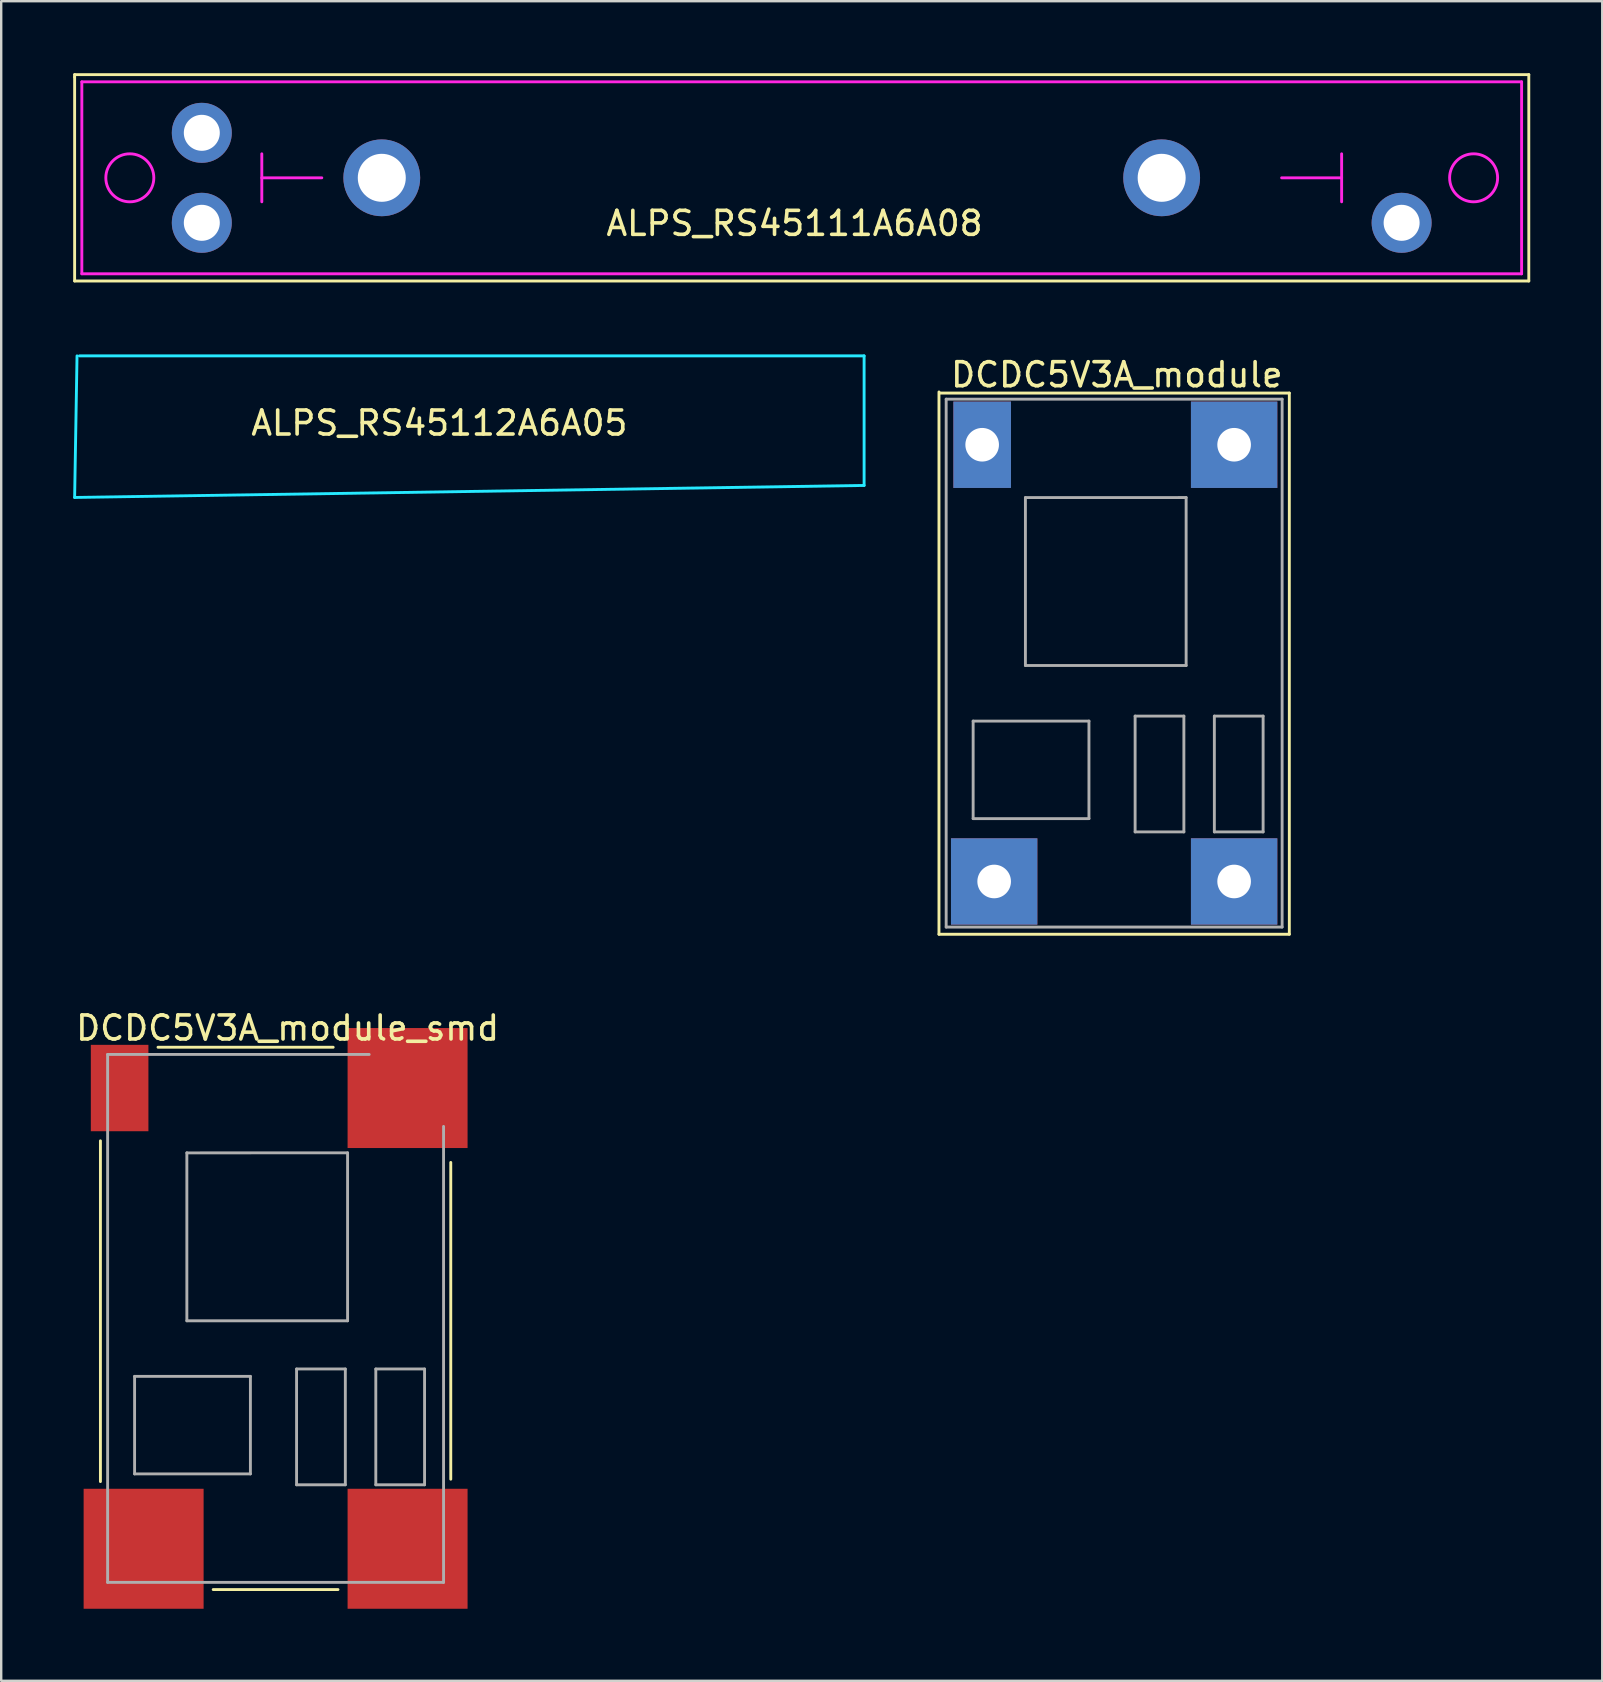
<source format=kicad_pcb>
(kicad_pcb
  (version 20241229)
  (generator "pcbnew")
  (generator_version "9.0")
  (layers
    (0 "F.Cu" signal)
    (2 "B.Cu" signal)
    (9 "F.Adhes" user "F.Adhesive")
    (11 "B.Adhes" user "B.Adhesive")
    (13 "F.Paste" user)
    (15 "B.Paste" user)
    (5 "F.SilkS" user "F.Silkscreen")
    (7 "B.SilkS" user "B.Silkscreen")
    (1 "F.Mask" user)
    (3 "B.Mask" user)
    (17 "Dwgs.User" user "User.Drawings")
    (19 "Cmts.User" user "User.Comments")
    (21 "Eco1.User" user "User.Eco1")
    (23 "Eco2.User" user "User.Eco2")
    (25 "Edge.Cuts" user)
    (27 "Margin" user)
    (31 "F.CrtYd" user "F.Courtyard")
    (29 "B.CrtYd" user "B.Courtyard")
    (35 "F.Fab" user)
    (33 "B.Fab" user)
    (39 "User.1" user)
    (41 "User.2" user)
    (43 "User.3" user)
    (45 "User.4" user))
  (footprint "DCDC5V3A_module"
    (layer "F.Cu")
    (at 36.38 13.584)
    (property "Reference" "DCDC5V3A_module" (at 7.112 -1.016 0) (layer "F.SilkS") (effects (font (size 1 1) (thickness 0.15))))
    (attr through_hole)
    (fp_line (start -0.3 22.3) (end -0.3 -0.3) (stroke (width 0.12) (type solid)) (layer "F.SilkS"))
    (fp_line (start -0.254 -0.254) (end 14.3 -0.254) (stroke (width 0.12) (type solid)) (layer "F.SilkS"))
    (fp_line (start 14.3 -0.254) (end 14.3 22.3) (stroke (width 0.12) (type solid)) (layer "F.SilkS"))
    (fp_line (start 14.3 22.3) (end -0.3 22.3) (stroke (width 0.12) (type solid)) (layer "F.SilkS"))
    (fp_line (start 0 0) (end 14 0) (stroke (width 0.12) (type solid)) (layer "F.Fab"))
    (fp_line (start 0 22) (end 0 0) (stroke (width 0.12) (type solid)) (layer "F.Fab"))
    (fp_line (start 1.124 13.416) (end 1.124 17.48) (stroke (width 0.12) (type solid)) (layer "F.Fab"))
    (fp_line (start 1.124 17.48) (end 5.95 17.48) (stroke (width 0.12) (type solid)) (layer "F.Fab"))
    (fp_line (start 3.302 4.102) (end 10 4.1) (stroke (width 0.12) (type solid)) (layer "F.Fab"))
    (fp_line (start 3.302 11.1) (end 3.302 4.1) (stroke (width 0.12) (type solid)) (layer "F.Fab"))
    (fp_line (start 5.95 13.416) (end 1.124 13.416) (stroke (width 0.12) (type solid)) (layer "F.Fab"))
    (fp_line (start 5.95 17.48) (end 5.95 13.416) (stroke (width 0.12) (type solid)) (layer "F.Fab"))
    (fp_line (start 7.874 13.208) (end 7.874 18.034) (stroke (width 0.12) (type solid)) (layer "F.Fab"))
    (fp_line (start 7.874 18.034) (end 9.906 18.034) (stroke (width 0.12) (type solid)) (layer "F.Fab"))
    (fp_line (start 9.906 13.208) (end 7.874 13.208) (stroke (width 0.12) (type solid)) (layer "F.Fab"))
    (fp_line (start 9.906 18.034) (end 9.906 13.208) (stroke (width 0.12) (type solid)) (layer "F.Fab"))
    (fp_line (start 10 4.1) (end 10 11.1) (stroke (width 0.12) (type solid)) (layer "F.Fab"))
    (fp_line (start 10 11.1) (end 3.302 11.1) (stroke (width 0.12) (type solid)) (layer "F.Fab"))
    (fp_line (start 11.176 13.208) (end 11.176 18.034) (stroke (width 0.12) (type solid)) (layer "F.Fab"))
    (fp_line (start 11.176 18.034) (end 13.208 18.034) (stroke (width 0.12) (type solid)) (layer "F.Fab"))
    (fp_line (start 13.208 13.208) (end 11.176 13.208) (stroke (width 0.12) (type solid)) (layer "F.Fab"))
    (fp_line (start 13.208 18.034) (end 13.208 13.208) (stroke (width 0.12) (type solid)) (layer "F.Fab"))
    (fp_line (start 14 0) (end 14 22) (stroke (width 0.12) (type solid)) (layer "F.Fab"))
    (fp_line (start 14 22) (end 0 22) (stroke (width 0.12) (type solid)) (layer "F.Fab"))
    (pad "1" thru_hole rect (at 12 1.9) (size 3.6 3.6) (drill 1.4) (layers "*.Cu" "*.Mask"))
    (pad "2" thru_hole rect (at 1.5 1.9) (size 2.4 3.6) (drill 1.4) (layers "*.Cu" "*.Mask"))
    (pad "3" thru_hole rect (at 12 20.1) (size 3.6 3.6) (drill 1.4) (layers "*.Cu" "*.Mask"))
    (pad "4" thru_hole rect (at 2 20.1) (size 3.6 3.6) (drill 1.4) (layers "*.Cu" "*.Mask")))
  (footprint "DCDC5V3A_module_smd"
    (layer "F.Cu")
    (at 1.435 40.892)
    (property "Reference" "DCDC5V3A_module_smd" (at 7.5 -1.1 0) (layer "F.SilkS") (effects (font (size 1 1) (thickness 0.15))))
    (attr through_hole)
    (fp_line (start -0.3 17.8) (end -0.3 3.6) (stroke (width 0.12) (type solid)) (layer "F.SilkS"))
    (fp_line (start 2.1 -0.3) (end 9.4 -0.3) (stroke (width 0.12) (type solid)) (layer "F.SilkS"))
    (fp_line (start 9.6 22.3) (end 4.4 22.3) (stroke (width 0.12) (type solid)) (layer "F.SilkS"))
    (fp_line (start 14.3 4.5) (end 14.3 17.7) (stroke (width 0.12) (type solid)) (layer "F.SilkS"))
    (fp_line (start 0 0) (end 10.9 0) (stroke (width 0.12) (type solid)) (layer "F.Fab"))
    (fp_line (start 0 22) (end 0 0) (stroke (width 0.12) (type solid)) (layer "F.Fab"))
    (fp_line (start 1.124 13.416) (end 1.124 17.48) (stroke (width 0.12) (type solid)) (layer "F.Fab"))
    (fp_line (start 1.124 17.48) (end 5.95 17.48) (stroke (width 0.12) (type solid)) (layer "F.Fab"))
    (fp_line (start 3.302 4.102) (end 10 4.1) (stroke (width 0.12) (type solid)) (layer "F.Fab"))
    (fp_line (start 3.302 11.1) (end 3.302 4.1) (stroke (width 0.12) (type solid)) (layer "F.Fab"))
    (fp_line (start 5.95 13.416) (end 1.124 13.416) (stroke (width 0.12) (type solid)) (layer "F.Fab"))
    (fp_line (start 5.95 17.48) (end 5.95 13.416) (stroke (width 0.12) (type solid)) (layer "F.Fab"))
    (fp_line (start 7.874 13.108) (end 7.874 17.934) (stroke (width 0.12) (type solid)) (layer "F.Fab"))
    (fp_line (start 7.874 17.934) (end 9.906 17.934) (stroke (width 0.12) (type solid)) (layer "F.Fab"))
    (fp_line (start 9.906 13.108) (end 7.874 13.108) (stroke (width 0.12) (type solid)) (layer "F.Fab"))
    (fp_line (start 9.906 17.934) (end 9.906 13.108) (stroke (width 0.12) (type solid)) (layer "F.Fab"))
    (fp_line (start 10 4.1) (end 10 11.1) (stroke (width 0.12) (type solid)) (layer "F.Fab"))
    (fp_line (start 10 11.1) (end 3.302 11.1) (stroke (width 0.12) (type solid)) (layer "F.Fab"))
    (fp_line (start 11.176 13.108) (end 11.176 17.934) (stroke (width 0.12) (type solid)) (layer "F.Fab"))
    (fp_line (start 11.176 17.934) (end 13.208 17.934) (stroke (width 0.12) (type solid)) (layer "F.Fab"))
    (fp_line (start 13.208 13.108) (end 11.176 13.108) (stroke (width 0.12) (type solid)) (layer "F.Fab"))
    (fp_line (start 13.208 17.934) (end 13.208 13.108) (stroke (width 0.12) (type solid)) (layer "F.Fab"))
    (fp_line (start 14 3) (end 14 22) (stroke (width 0.12) (type solid)) (layer "F.Fab"))
    (fp_line (start 14 22) (end 0 22) (stroke (width 0.12) (type solid)) (layer "F.Fab"))
    (pad "1" smd rect (at 12.5 1.4) (size 5 5) (layers "F.Cu" "F.Mask" "F.Paste"))
    (pad "2" smd rect (at 0.5 1.4) (size 2.4 3.6) (layers "F.Cu" "F.Mask" "F.Paste"))
    (pad "3" smd rect (at 12.5 20.6) (size 5 5) (layers "F.Cu" "F.Mask" "F.Paste"))
    (pad "4" smd rect (at 1.5 20.6) (size 5 5) (layers "F.Cu" "F.Mask" "F.Paste")))
  (footprint "ALPS_RS45111A6A08"
    (layer "F.Cu")
    (at 30.36 4.36)
    (property "Reference" "ALPS_RS45111A6A08" (at -0.3 1.9 0) (layer "F.SilkS") (effects (font (size 1 1) (thickness 0.15))))
    (attr through_hole)
    (fp_line (start -30.3 -4.3) (end 30.3 -4.3) (stroke (width 0.12) (type solid)) (layer "F.SilkS"))
    (fp_line (start -30.3 -4.2) (end -30.3 -4.3) (stroke (width 0.12) (type solid)) (layer "F.SilkS"))
    (fp_line (start -30.3 4.3) (end -30.3 -4.2) (stroke (width 0.12) (type solid)) (layer "F.SilkS"))
    (fp_line (start 30.3 -4.3) (end 30.3 4.3) (stroke (width 0.12) (type solid)) (layer "F.SilkS"))
    (fp_line (start 30.3 4.3) (end -30.3 4.3) (stroke (width 0.12) (type solid)) (layer "F.SilkS"))
    (fp_line (start -30 -4) (end 30 -4) (stroke (width 0.12) (type solid)) (layer "F.CrtYd"))
    (fp_line (start -30 4) (end -30 -4) (stroke (width 0.12) (type solid)) (layer "F.CrtYd"))
    (fp_line (start -22.5 -1) (end -22.5 1) (stroke (width 0.12) (type solid)) (layer "F.CrtYd"))
    (fp_line (start -22.5 0) (end -20 0) (stroke (width 0.12) (type solid)) (layer "F.CrtYd"))
    (fp_line (start 22.5 -1) (end 22.5 1) (stroke (width 0.12) (type solid)) (layer "F.CrtYd"))
    (fp_line (start 22.5 0) (end 20 0) (stroke (width 0.12) (type solid)) (layer "F.CrtYd"))
    (fp_line (start 30 -4) (end 30 4) (stroke (width 0.12) (type solid)) (layer "F.CrtYd"))
    (fp_line (start 30 4) (end -30 4) (stroke (width 0.12) (type solid)) (layer "F.CrtYd"))
    (fp_circle (center -28 0) (end -27 0) (stroke (width 0.12) (type solid)) (fill no) (layer "F.CrtYd"))
    (fp_circle (center 28 0) (end 29 0) (stroke (width 0.12) (type solid)) (fill no) (layer "F.CrtYd"))
    (pad "" thru_hole circle (at -17.5 0) (size 3.2 3.2) (drill 2) (layers "*.Cu" "*.Mask"))
    (pad "" thru_hole circle (at 15 0) (size 3.2 3.2) (drill 2) (layers "*.Cu" "*.Mask"))
    (pad "1" thru_hole circle (at -25 -1.875) (size 2.5 2.5) (drill 1.5) (layers "*.Cu" "*.Mask"))
    (pad "2" thru_hole circle (at -25 1.875) (size 2.5 2.5) (drill 1.5) (layers "*.Cu" "*.Mask"))
    (pad "3" thru_hole circle (at 25 1.875) (size 2.5 2.5) (drill 1.5) (layers "*.Cu" "*.Mask")))
  (footprint "ALPS_RS45112A6A05"
    (layer "F.Cu")
    (at 15.26 14.08)
    (property "Reference" "ALPS_RS45112A6A05" (at 0 0.5 0) (layer "F.SilkS") (effects (font (size 1 1) (thickness 0.15))))
    (attr through_hole)
    (fp_line (start -15.2 3.6) (end -15.1 -2.3) (stroke (width 0.12) (type solid)) (layer "B.CrtYd"))
    (fp_line (start -15 -2.3) (end 17.7 -2.3) (stroke (width 0.12) (type solid)) (layer "B.CrtYd"))
    (fp_line (start 17.7 -2.3) (end 17.7 3.1) (stroke (width 0.12) (type solid)) (layer "B.CrtYd"))
    (fp_line (start 17.7 3.1) (end -15.2 3.6) (stroke (width 0.12) (type solid)) (layer "B.CrtYd")))
  (gr_rect
    (start -3 -3)
    (end 63.72 66.993)
    (stroke (width 0.1) (type default))
    (fill no)
    (layer "Edge.Cuts")))
</source>
